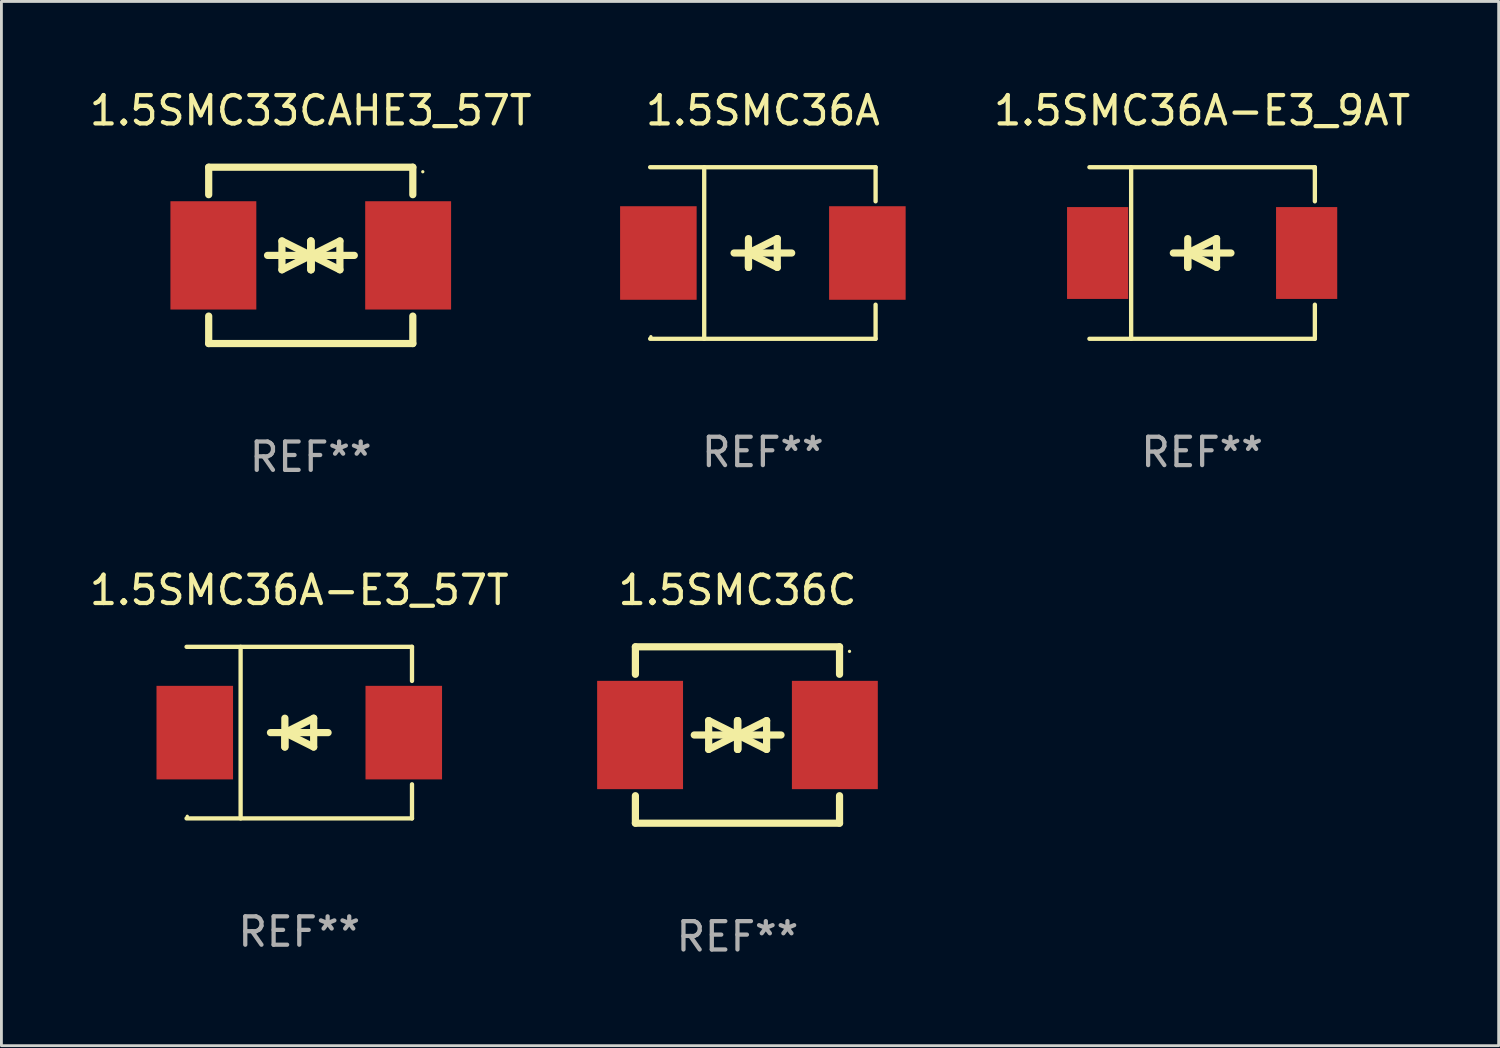
<source format=kicad_pcb>
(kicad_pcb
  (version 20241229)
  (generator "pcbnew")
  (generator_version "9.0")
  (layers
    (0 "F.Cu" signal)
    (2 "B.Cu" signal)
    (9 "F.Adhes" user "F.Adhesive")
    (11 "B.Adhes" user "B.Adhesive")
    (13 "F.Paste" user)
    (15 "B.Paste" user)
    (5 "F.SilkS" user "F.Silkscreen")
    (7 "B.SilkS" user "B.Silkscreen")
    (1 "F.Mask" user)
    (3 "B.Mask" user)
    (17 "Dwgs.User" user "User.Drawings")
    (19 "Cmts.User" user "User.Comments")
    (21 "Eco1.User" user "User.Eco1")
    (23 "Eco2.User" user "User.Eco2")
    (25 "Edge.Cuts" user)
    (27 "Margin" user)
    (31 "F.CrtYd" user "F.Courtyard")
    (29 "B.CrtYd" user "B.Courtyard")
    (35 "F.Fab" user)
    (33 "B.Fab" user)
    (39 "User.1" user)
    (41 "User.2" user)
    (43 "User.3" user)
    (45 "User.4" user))
  (footprint "1.5SMC33CAHE3_57T"
    (layer "F.Cu")
    (at 7.911 5.958)
    (property "Reference" "1.5SMC33CAHE3_57T" (at 0 -5.11 0) (layer "F.SilkS") (effects (font (size 1 1) (thickness 0.15))))
    (attr through_hole)
    (fp_line (start -3.6 -2.141) (end -3.6 -3.11) (stroke (width 0.254) (type solid)) (layer "F.SilkS"))
    (fp_line (start -3.6 3.11) (end -3.6 2.141) (stroke (width 0.254) (type solid)) (layer "F.SilkS"))
    (fp_line (start -1.524 0) (end 0.508 0) (stroke (width 0.254) (type solid)) (layer "F.SilkS"))
    (fp_line (start -1.016 -0.508) (end -1.016 0.508) (stroke (width 0.254) (type solid)) (layer "F.SilkS"))
    (fp_line (start -1.016 0.508) (end 0 0) (stroke (width 0.254) (type solid)) (layer "F.SilkS"))
    (fp_line (start 0 -0.508) (end 0 0.508) (stroke (width 0.254) (type solid)) (layer "F.SilkS"))
    (fp_line (start 0 0) (end -1.016 -0.508) (stroke (width 0.254) (type solid)) (layer "F.SilkS"))
    (fp_line (start 0 0) (end 0 -0.508) (stroke (width 0.254) (type solid)) (layer "F.SilkS"))
    (fp_line (start 0.012 0) (end 0.012 0.508) (stroke (width 0.254) (type solid)) (layer "F.SilkS"))
    (fp_line (start 0.012 0) (end 1.028 0.508) (stroke (width 0.254) (type solid)) (layer "F.SilkS"))
    (fp_line (start 0.012 0.508) (end 0.012 -0.508) (stroke (width 0.254) (type solid)) (layer "F.SilkS"))
    (fp_line (start 1.028 -0.508) (end 0.012 0) (stroke (width 0.254) (type solid)) (layer "F.SilkS"))
    (fp_line (start 1.028 0.508) (end 1.028 -0.508) (stroke (width 0.254) (type solid)) (layer "F.SilkS"))
    (fp_line (start 1.536 0) (end -0.496 0) (stroke (width 0.254) (type solid)) (layer "F.SilkS"))
    (fp_line (start 3.6 -3.11) (end -3.6 -3.11) (stroke (width 0.254) (type solid)) (layer "F.SilkS"))
    (fp_line (start 3.6 -2.141) (end 3.6 -3.11) (stroke (width 0.254) (type solid)) (layer "F.SilkS"))
    (fp_line (start 3.6 3.11) (end -3.6 3.11) (stroke (width 0.254) (type solid)) (layer "F.SilkS"))
    (fp_line (start 3.6 3.11) (end 3.6 2.141) (stroke (width 0.254) (type solid)) (layer "F.SilkS"))
    (fp_circle (center 3.952 -2.95) (end 3.982 -2.95) (stroke (width 0.06) (type solid)) (fill no) (layer "F.SilkS"))
    (fp_text user "REF**" (at 0 7.11 0) (layer "F.Fab") (effects (font (size 1 1) (thickness 0.15))))
    (pad "1" smd rect (at 3.435 0) (size 3.03 3.82) (layers "F.Cu" "F.Mask" "F.Paste"))
    (pad "2" smd rect (at -3.435 0) (size 3.03 3.82) (layers "F.Cu" "F.Mask" "F.Paste")))
  (footprint "1.5SMC36A-E3_9AT"
    (layer "F.Cu")
    (at 39.352 5.874)
    (property "Reference" "1.5SMC36A-E3_9AT" (at 0 -5.026 0) (layer "F.SilkS") (effects (font (size 1 1) (thickness 0.15))))
    (attr through_hole)
    (fp_line (start -3.976 -3.026) (end 3.976 -3.026) (stroke (width 0.152) (type solid)) (layer "F.SilkS"))
    (fp_line (start -3.976 3.026) (end 3.976 3.026) (stroke (width 0.152) (type solid)) (layer "F.SilkS"))
    (fp_line (start -2.504 -3.026) (end -2.504 3.026) (stroke (width 0.152) (type solid)) (layer "F.SilkS"))
    (fp_line (start -0.508 0) (end -0.508 0.508) (stroke (width 0.254) (type solid)) (layer "F.SilkS"))
    (fp_line (start -0.508 0) (end 0.508 0.508) (stroke (width 0.254) (type solid)) (layer "F.SilkS"))
    (fp_line (start -0.508 0.508) (end -0.508 -0.508) (stroke (width 0.254) (type solid)) (layer "F.SilkS"))
    (fp_line (start 0.508 -0.508) (end -0.508 0) (stroke (width 0.254) (type solid)) (layer "F.SilkS"))
    (fp_line (start 0.508 0.508) (end 0.508 -0.508) (stroke (width 0.254) (type solid)) (layer "F.SilkS"))
    (fp_line (start 1.016 0) (end -1.016 0) (stroke (width 0.254) (type solid)) (layer "F.SilkS"))
    (fp_line (start 3.976 -3.026) (end 3.976 -1.823) (stroke (width 0.152) (type solid)) (layer "F.SilkS"))
    (fp_line (start 3.976 3.026) (end 3.976 1.823) (stroke (width 0.152) (type solid)) (layer "F.SilkS"))
    (fp_circle (center 3.95 -2.95) (end 3.98 -2.95) (stroke (width 0.06) (type solid)) (fill no) (layer "F.SilkS"))
    (fp_text user "REF**" (at 0 7.026 0) (layer "F.Fab") (effects (font (size 1 1) (thickness 0.15))))
    (pad "1" smd rect (at 3.686 0 180) (size 2.158 3.24) (layers "F.Cu" "F.Mask" "F.Paste"))
    (pad "2" smd rect (at -3.686 0 180) (size 2.158 3.24) (layers "F.Cu" "F.Mask" "F.Paste")))
  (footprint "1.5SMC36A-E3_57T"
    (layer "F.Cu")
    (at 7.506 22.791)
    (property "Reference" "1.5SMC36A-E3_57T" (at 0 -5.026 0) (layer "F.SilkS") (effects (font (size 1 1) (thickness 0.15))))
    (attr through_hole)
    (fp_line (start -3.976 -3.026) (end 3.976 -3.026) (stroke (width 0.152) (type solid)) (layer "F.SilkS"))
    (fp_line (start -3.976 3.026) (end 3.976 3.026) (stroke (width 0.152) (type solid)) (layer "F.SilkS"))
    (fp_line (start -2.069 -3.026) (end -2.069 3.026) (stroke (width 0.152) (type solid)) (layer "F.SilkS"))
    (fp_line (start -0.508 0) (end -0.508 0.508) (stroke (width 0.254) (type solid)) (layer "F.SilkS"))
    (fp_line (start -0.508 0) (end 0.508 0.508) (stroke (width 0.254) (type solid)) (layer "F.SilkS"))
    (fp_line (start -0.508 0.508) (end -0.508 -0.508) (stroke (width 0.254) (type solid)) (layer "F.SilkS"))
    (fp_line (start 0.508 -0.508) (end -0.508 0) (stroke (width 0.254) (type solid)) (layer "F.SilkS"))
    (fp_line (start 0.508 0.508) (end 0.508 -0.508) (stroke (width 0.254) (type solid)) (layer "F.SilkS"))
    (fp_line (start 1.016 0) (end -1.016 0) (stroke (width 0.254) (type solid)) (layer "F.SilkS"))
    (fp_line (start 3.976 -3.026) (end 3.976 -1.823) (stroke (width 0.152) (type solid)) (layer "F.SilkS"))
    (fp_line (start 3.976 3.026) (end 3.976 1.823) (stroke (width 0.152) (type solid)) (layer "F.SilkS"))
    (fp_circle (center -3.95 2.95) (end -3.92 2.95) (stroke (width 0.06) (type solid)) (fill no) (layer "F.SilkS"))
    (fp_text user "REF**" (at 0 7.026 0) (layer "F.Fab") (effects (font (size 1 1) (thickness 0.15))))
    (pad "1" smd rect (at -3.686 0) (size 2.7 3.3) (layers "F.Cu" "F.Mask" "F.Paste"))
    (pad "2" smd rect (at 3.686 0) (size 2.7 3.3) (layers "F.Cu" "F.Mask" "F.Paste")))
  (footprint "1.5SMC36A"
    (layer "F.Cu")
    (at 23.858 5.874)
    (property "Reference" "1.5SMC36A" (at 0 -5.026 0) (layer "F.SilkS") (effects (font (size 1 1) (thickness 0.15))))
    (attr through_hole)
    (fp_line (start -3.976 -3.026) (end 3.976 -3.026) (stroke (width 0.152) (type solid)) (layer "F.SilkS"))
    (fp_line (start -3.976 3.026) (end 3.976 3.026) (stroke (width 0.152) (type solid)) (layer "F.SilkS"))
    (fp_line (start -2.069 -3.026) (end -2.069 3.026) (stroke (width 0.152) (type solid)) (layer "F.SilkS"))
    (fp_line (start -0.508 0) (end -0.508 0.508) (stroke (width 0.254) (type solid)) (layer "F.SilkS"))
    (fp_line (start -0.508 0) (end 0.508 0.508) (stroke (width 0.254) (type solid)) (layer "F.SilkS"))
    (fp_line (start -0.508 0.508) (end -0.508 -0.508) (stroke (width 0.254) (type solid)) (layer "F.SilkS"))
    (fp_line (start 0.508 -0.508) (end -0.508 0) (stroke (width 0.254) (type solid)) (layer "F.SilkS"))
    (fp_line (start 0.508 0.508) (end 0.508 -0.508) (stroke (width 0.254) (type solid)) (layer "F.SilkS"))
    (fp_line (start 1.016 0) (end -1.016 0) (stroke (width 0.254) (type solid)) (layer "F.SilkS"))
    (fp_line (start 3.976 -3.026) (end 3.976 -1.823) (stroke (width 0.152) (type solid)) (layer "F.SilkS"))
    (fp_line (start 3.976 3.026) (end 3.976 1.823) (stroke (width 0.152) (type solid)) (layer "F.SilkS"))
    (fp_circle (center -3.95 2.95) (end -3.92 2.95) (stroke (width 0.06) (type solid)) (fill no) (layer "F.SilkS"))
    (fp_text user "REF**" (at 0 7.026 0) (layer "F.Fab") (effects (font (size 1 1) (thickness 0.15))))
    (pad "1" smd rect (at -3.686 0) (size 2.7 3.3) (layers "F.Cu" "F.Mask" "F.Paste"))
    (pad "2" smd rect (at 3.686 0) (size 2.7 3.3) (layers "F.Cu" "F.Mask" "F.Paste")))
  (footprint "1.5SMC36C"
    (layer "F.Cu")
    (at 22.962 22.875)
    (property "Reference" "1.5SMC36C" (at 0 -5.11 0) (layer "F.SilkS") (effects (font (size 1 1) (thickness 0.15))))
    (attr through_hole)
    (fp_line (start -3.6 -2.141) (end -3.6 -3.11) (stroke (width 0.254) (type solid)) (layer "F.SilkS"))
    (fp_line (start -3.6 3.11) (end -3.6 2.141) (stroke (width 0.254) (type solid)) (layer "F.SilkS"))
    (fp_line (start -1.524 0) (end 0.508 0) (stroke (width 0.254) (type solid)) (layer "F.SilkS"))
    (fp_line (start -1.016 -0.508) (end -1.016 0.508) (stroke (width 0.254) (type solid)) (layer "F.SilkS"))
    (fp_line (start -1.016 0.508) (end 0 0) (stroke (width 0.254) (type solid)) (layer "F.SilkS"))
    (fp_line (start 0 -0.508) (end 0 0.508) (stroke (width 0.254) (type solid)) (layer "F.SilkS"))
    (fp_line (start 0 0) (end -1.016 -0.508) (stroke (width 0.254) (type solid)) (layer "F.SilkS"))
    (fp_line (start 0 0) (end 0 -0.508) (stroke (width 0.254) (type solid)) (layer "F.SilkS"))
    (fp_line (start 0.012 0) (end 0.012 0.508) (stroke (width 0.254) (type solid)) (layer "F.SilkS"))
    (fp_line (start 0.012 0) (end 1.028 0.508) (stroke (width 0.254) (type solid)) (layer "F.SilkS"))
    (fp_line (start 0.012 0.508) (end 0.012 -0.508) (stroke (width 0.254) (type solid)) (layer "F.SilkS"))
    (fp_line (start 1.028 -0.508) (end 0.012 0) (stroke (width 0.254) (type solid)) (layer "F.SilkS"))
    (fp_line (start 1.028 0.508) (end 1.028 -0.508) (stroke (width 0.254) (type solid)) (layer "F.SilkS"))
    (fp_line (start 1.536 0) (end -0.496 0) (stroke (width 0.254) (type solid)) (layer "F.SilkS"))
    (fp_line (start 3.6 -3.11) (end -3.6 -3.11) (stroke (width 0.254) (type solid)) (layer "F.SilkS"))
    (fp_line (start 3.6 -2.141) (end 3.6 -3.11) (stroke (width 0.254) (type solid)) (layer "F.SilkS"))
    (fp_line (start 3.6 3.11) (end -3.6 3.11) (stroke (width 0.254) (type solid)) (layer "F.SilkS"))
    (fp_line (start 3.6 3.11) (end 3.6 2.141) (stroke (width 0.254) (type solid)) (layer "F.SilkS"))
    (fp_circle (center 3.952 -2.95) (end 3.982 -2.95) (stroke (width 0.06) (type solid)) (fill no) (layer "F.SilkS"))
    (fp_text user "REF**" (at 0 7.11 0) (layer "F.Fab") (effects (font (size 1 1) (thickness 0.15))))
    (pad "1" smd rect (at 3.435 0) (size 3.03 3.82) (layers "F.Cu" "F.Mask" "F.Paste"))
    (pad "2" smd rect (at -3.435 0) (size 3.03 3.82) (layers "F.Cu" "F.Mask" "F.Paste")))
  (gr_rect
    (start -3 -3)
    (end 49.811 33.833)
    (stroke (width 0.1) (type default))
    (fill no)
    (layer "Edge.Cuts")))
</source>
